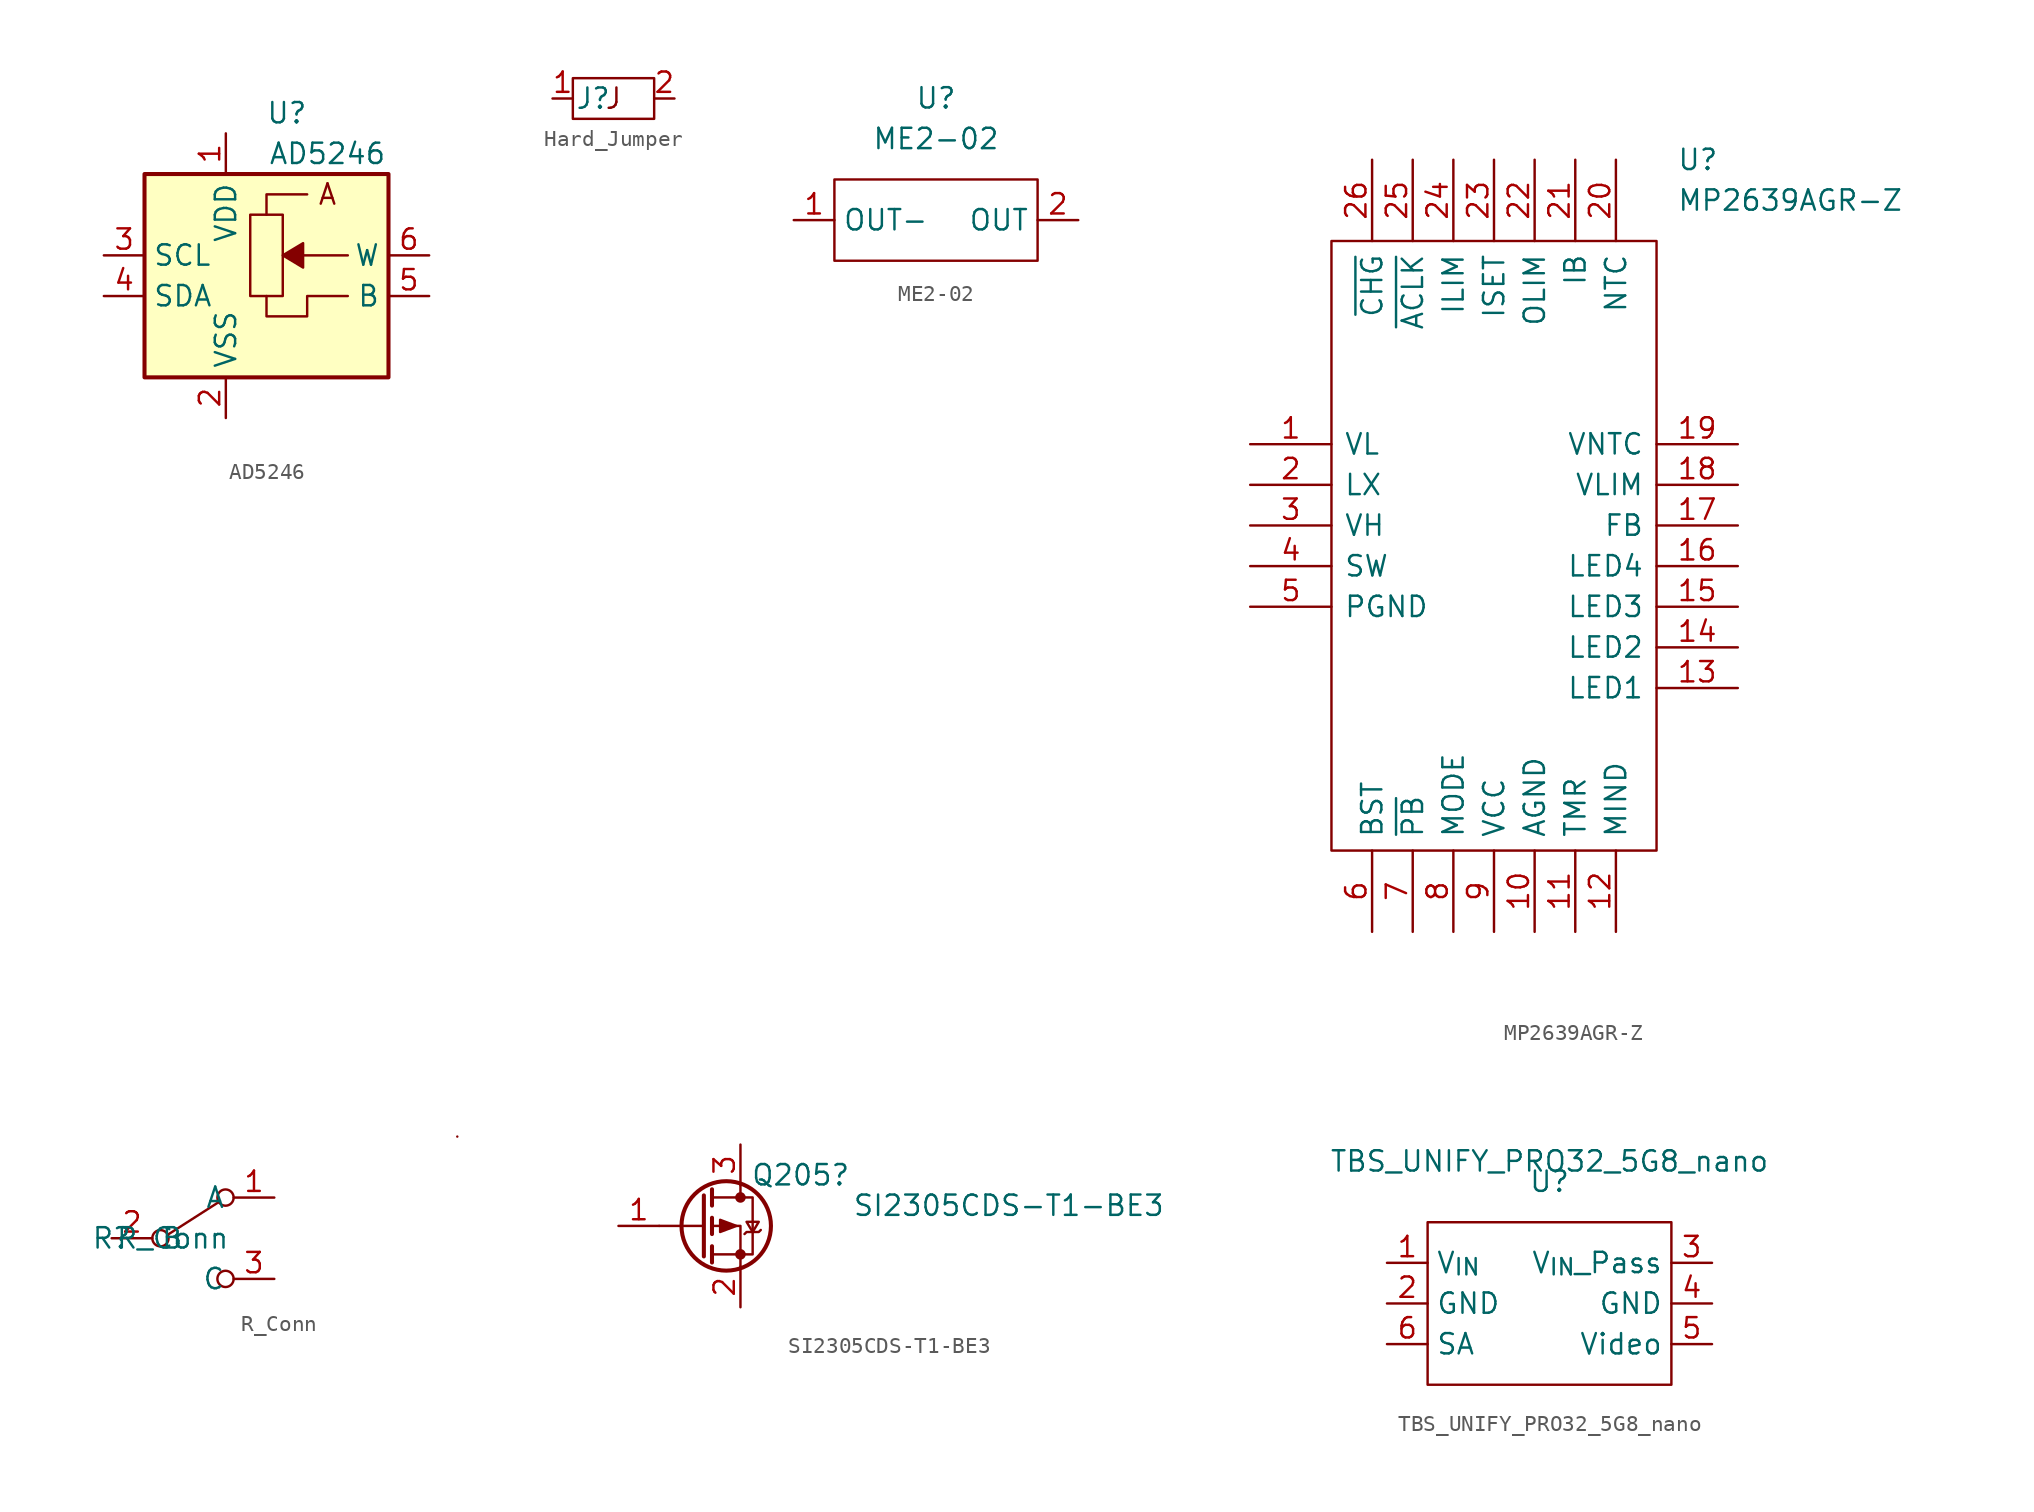
<source format=kicad_sym>
(kicad_symbol_lib
  (version 20211014)
  (generator kicad_symbol_editor)
  (symbol "AD5246"
    (property "Reference" "U"
      (at 1.27 10.16 0)
      (effects (font (size 1.27 1.27))))
    (property "Value" "AD5246"
      (at 3.81 7.62 0)
      (effects (font (size 1.27 1.27))))
    (symbol "AD5246_0_0"
      (polyline (pts (xy 0 3.81) (xy 0 5.08) (xy 2.54 5.08)) (stroke (width 0) (type default) (color 0 0 0 0)) (fill (type none)))
      (polyline (pts (xy 5.08 -1.27) (xy 2.54 -1.27) (xy 2.54 -2.54) (xy 0 -2.54) (xy 0 -1.27)) (stroke (width 0) (type default) (color 0 0 0 0)) (fill (type none)))
      (text "A" (at 3.81 5.08 0) (effects (font (size 1.27 1.27)))))
    (symbol "AD5246_1_1"
      (rectangle (start -7.62 6.35) (end 7.62 -6.35) (stroke (width 0.254) (type default) (color 0 0 0 0)) (fill (type background)))
      (polyline (pts (xy 5.08 1.27) (xy 2.286 1.27)) (stroke (width 0) (type default) (color 0 0 0 0)) (fill (type none)))
      (polyline (pts (xy 2.286 0.508) (xy 2.286 2.032) (xy 1.016 1.27) (xy 2.286 0.508)) (stroke (width 0) (type default) (color 0 0 0 0)) (fill (type outline)))
      (rectangle (start 1.016 -1.27) (end -1.016 3.81) (stroke (width 0) (type default) (color 0 0 0 0)) (fill (type none)))
      (pin power_in line (at -2.54 8.89 270) (length 2.54) (name "VDD" (effects (font (size 1.27 1.27)))) (number "1" (effects (font (size 1.27 1.27)))))
      (pin power_in line (at -2.54 -8.89 90) (length 2.54) (name "VSS" (effects (font (size 1.27 1.27)))) (number "2" (effects (font (size 1.27 1.27)))))
      (pin input line (at -10.16 1.27 0) (length 2.54) (name "SCL" (effects (font (size 1.27 1.27)))) (number "3" (effects (font (size 1.27 1.27)))))
      (pin bidirectional line (at -10.16 -1.27 0) (length 2.54) (name "SDA" (effects (font (size 1.27 1.27)))) (number "4" (effects (font (size 1.27 1.27)))))
      (pin passive line (at 10.16 -1.27 180) (length 2.54) (name "B" (effects (font (size 1.27 1.27)))) (number "5" (effects (font (size 1.27 1.27)))))
      (pin passive line (at 10.16 1.27 180) (length 2.54) (name "W" (effects (font (size 1.27 1.27)))) (number "6" (effects (font (size 1.27 1.27)))))))
  (symbol "Hard_Jumper"
    (property "Reference" "J"
      (at -1.27 0 0)
      (effects (font (size 1.27 1.27))))
    (symbol "Hard_Jumper_0_0"
      (text "J" (at 0 0 0) (effects (font (size 1.27 1.27)))))
    (symbol "Hard_Jumper_0_1"
      (rectangle (start -2.54 1.27) (end 2.54 -1.27) (stroke (width 0) (type default) (color 0 0 0 0)) (fill (type none))))
    (symbol "Hard_Jumper_1_1"
      (pin passive line (at -3.81 0 0) (length 1.27) (name "~" (effects (font (size 1.27 1.27)))) (number "1" (effects (font (size 1.27 1.27)))))
      (pin passive line (at 3.81 0 180) (length 1.27) (name "~" (effects (font (size 1.27 1.27)))) (number "2" (effects (font (size 1.27 1.27)))))))
  (symbol "ME2-02"
    (property "Reference" "U"
      (at 0 7.62 0)
      (effects (font (size 1.27 1.27))))
    (property "Value" "ME2-02"
      (at 0 5.08 0)
      (effects (font (size 1.27 1.27))))
    (symbol "ME2-02_0_1"
      (rectangle (start -6.35 2.54) (end 6.35 -2.54) (stroke (width 0) (type default) (color 0 0 0 0)) (fill (type none))))
    (symbol "ME2-02_1_1"
      (pin passive line (at -8.89 0 0) (length 2.54) (name "OUT-" (effects (font (size 1.27 1.27)))) (number "1" (effects (font (size 1.27 1.27)))))
      (pin output line (at 8.89 0 180) (length 2.54) (name "OUT" (effects (font (size 1.27 1.27)))) (number "2" (effects (font (size 1.27 1.27)))))
      (pin no_connect line (at 0 -2.54 90) (length 2.54) hide (name "3" (effects (font (size 1.27 1.27)))) (number "3" (effects (font (size 1.27 1.27)))))))
  (symbol "MP2639AGR-Z"
    (pin_names
      (offset 0.762))
    (property "Reference" "U"
      (at 26.67 17.78 0)
      (effects (font (size 1.27 1.27)) (justify left)))
    (property "Value" "MP2639AGR-Z"
      (at 26.67 15.24 0)
      (effects (font (size 1.27 1.27)) (justify left)))
    (symbol "MP2639AGR-Z_0_0"
      (pin passive line (at 0 0 0) (length 5.08) (name "VL" (effects (font (size 1.27 1.27)))) (number "1" (effects (font (size 1.27 1.27)))))
      (pin passive line (at 17.78 -30.48 90) (length 5.08) (name "AGND" (effects (font (size 1.27 1.27)))) (number "10" (effects (font (size 1.27 1.27)))))
      (pin passive line (at 20.32 -30.48 90) (length 5.08) (name "TMR" (effects (font (size 1.27 1.27)))) (number "11" (effects (font (size 1.27 1.27)))))
      (pin passive line (at 22.86 -30.48 90) (length 5.08) (name "MIND" (effects (font (size 1.27 1.27)))) (number "12" (effects (font (size 1.27 1.27)))))
      (pin passive line (at 30.48 -15.24 180) (length 5.08) (name "LED1" (effects (font (size 1.27 1.27)))) (number "13" (effects (font (size 1.27 1.27)))))
      (pin passive line (at 30.48 -12.7 180) (length 5.08) (name "LED2" (effects (font (size 1.27 1.27)))) (number "14" (effects (font (size 1.27 1.27)))))
      (pin passive line (at 30.48 -10.16 180) (length 5.08) (name "LED3" (effects (font (size 1.27 1.27)))) (number "15" (effects (font (size 1.27 1.27)))))
      (pin passive line (at 30.48 -7.62 180) (length 5.08) (name "LED4" (effects (font (size 1.27 1.27)))) (number "16" (effects (font (size 1.27 1.27)))))
      (pin passive line (at 30.48 -5.08 180) (length 5.08) (name "FB" (effects (font (size 1.27 1.27)))) (number "17" (effects (font (size 1.27 1.27)))))
      (pin passive line (at 30.48 -2.54 180) (length 5.08) (name "VLIM" (effects (font (size 1.27 1.27)))) (number "18" (effects (font (size 1.27 1.27)))))
      (pin passive line (at 30.48 0 180) (length 5.08) (name "VNTC" (effects (font (size 1.27 1.27)))) (number "19" (effects (font (size 1.27 1.27)))))
      (pin passive line (at 0 -2.54 0) (length 5.08) (name "LX" (effects (font (size 1.27 1.27)))) (number "2" (effects (font (size 1.27 1.27)))))
      (pin passive line (at 22.86 17.78 270) (length 5.08) (name "NTC" (effects (font (size 1.27 1.27)))) (number "20" (effects (font (size 1.27 1.27)))))
      (pin passive line (at 20.32 17.78 270) (length 5.08) (name "IB" (effects (font (size 1.27 1.27)))) (number "21" (effects (font (size 1.27 1.27)))))
      (pin passive line (at 17.78 17.78 270) (length 5.08) (name "OLIM" (effects (font (size 1.27 1.27)))) (number "22" (effects (font (size 1.27 1.27)))))
      (pin passive line (at 15.24 17.78 270) (length 5.08) (name "ISET" (effects (font (size 1.27 1.27)))) (number "23" (effects (font (size 1.27 1.27)))))
      (pin passive line (at 12.7 17.78 270) (length 5.08) (name "ILIM" (effects (font (size 1.27 1.27)))) (number "24" (effects (font (size 1.27 1.27)))))
      (pin passive line (at 10.16 17.78 270) (length 5.08) (name "~{ACLK}" (effects (font (size 1.27 1.27)))) (number "25" (effects (font (size 1.27 1.27)))))
      (pin passive line (at 7.62 17.78 270) (length 5.08) (name "~{CHG}" (effects (font (size 1.27 1.27)))) (number "26" (effects (font (size 1.27 1.27)))))
      (pin passive line (at 0 -5.08 0) (length 5.08) (name "VH" (effects (font (size 1.27 1.27)))) (number "3" (effects (font (size 1.27 1.27)))))
      (pin passive line (at 0 -7.62 0) (length 5.08) (name "SW" (effects (font (size 1.27 1.27)))) (number "4" (effects (font (size 1.27 1.27)))))
      (pin passive line (at 0 -10.16 0) (length 5.08) (name "PGND" (effects (font (size 1.27 1.27)))) (number "5" (effects (font (size 1.27 1.27)))))
      (pin passive line (at 7.62 -30.48 90) (length 5.08) (name "BST" (effects (font (size 1.27 1.27)))) (number "6" (effects (font (size 1.27 1.27)))))
      (pin passive line (at 10.16 -30.48 90) (length 5.08) (name "~{PB}" (effects (font (size 1.27 1.27)))) (number "7" (effects (font (size 1.27 1.27)))))
      (pin passive line (at 12.7 -30.48 90) (length 5.08) (name "MODE" (effects (font (size 1.27 1.27)))) (number "8" (effects (font (size 1.27 1.27)))))
      (pin passive line (at 15.24 -30.48 90) (length 5.08) (name "VCC" (effects (font (size 1.27 1.27)))) (number "9" (effects (font (size 1.27 1.27))))))
    (symbol "MP2639AGR-Z_0_1"
      (polyline (pts (xy 5.08 12.7) (xy 25.4 12.7) (xy 25.4 -25.4) (xy 5.08 -25.4) (xy 5.08 12.7)) (stroke (width 0.152) (type default) (color 0 0 0 0)) (fill (type none)))))
  (symbol "R_Conn"
    (property "Reference" "R"
      (at -5.08 0 0)
      (effects (font (size 1.27 1.27))))
    (property "Value" "R_Conn"
      (at -1.27 0 0)
      (effects (font (size 1.27 1.27))))
    (symbol "R_Conn_0_0"
      (circle (center -2.032 0) (radius 0.508) (stroke (width 0) (type default) (color 0 0 0 0)) (fill (type none)))
      (circle (center 2.032 -2.54) (radius 0.508) (stroke (width 0) (type default) (color 0 0 0 0)) (fill (type none))))
    (symbol "R_Conn_0_1"
      (polyline (pts (xy -1.524 0.254) (xy 1.651 2.286)) (stroke (width 0) (type default) (color 0 0 0 0)) (fill (type none)))
      (circle (center 2.032 2.54) (radius 0.508) (stroke (width 0) (type default) (color 0 0 0 0)) (fill (type none)))
      (arc (start 16.51 6.35) (mid 16.51 6.35) (end 16.51 6.35) (stroke (width 0) (type default) (color 0 0 0 0)) (fill (type none))))
    (symbol "R_Conn_1_1"
      (pin passive line (at 5.08 2.54 180) (length 2.54) (name "A" (effects (font (size 1.27 1.27)))) (number "1" (effects (font (size 1.27 1.27)))))
      (pin passive line (at -5.08 0 0) (length 2.54) (name "B" (effects (font (size 1.27 1.27)))) (number "2" (effects (font (size 1.27 1.27)))))
      (pin passive line (at 5.08 -2.54 180) (length 2.54) (name "C" (effects (font (size 1.27 1.27)))) (number "3" (effects (font (size 1.27 1.27)))))))
  (symbol "SI2305CDS-T1-BE3"
    (pin_names
      (offset 0) hide)
    (property "Reference" "Q205"
      (at 3.175 3.175 0)
      (effects (font (size 1.27 1.27)) (justify left)))
    (property "Value" "SI2305CDS-T1-BE3"
      (at 9.525 1.27 0)
      (effects (font (size 1.27 1.27)) (justify left)))
    (symbol "SI2305CDS-T1-BE3_0_1"
      (polyline (pts (xy 0.254 0) (xy -2.54 0)) (stroke (width 0) (type default) (color 0 0 0 0)) (fill (type none)))
      (polyline (pts (xy 0.254 1.905) (xy 0.254 -1.905)) (stroke (width 0.254) (type default) (color 0 0 0 0)) (fill (type none)))
      (polyline (pts (xy 0.762 -1.27) (xy 0.762 -2.286)) (stroke (width 0.254) (type default) (color 0 0 0 0)) (fill (type none)))
      (polyline (pts (xy 0.762 0.508) (xy 0.762 -0.508)) (stroke (width 0.254) (type default) (color 0 0 0 0)) (fill (type none)))
      (polyline (pts (xy 0.762 2.286) (xy 0.762 1.27)) (stroke (width 0.254) (type default) (color 0 0 0 0)) (fill (type none)))
      (polyline (pts (xy 2.54 2.54) (xy 2.54 1.778)) (stroke (width 0) (type default) (color 0 0 0 0)) (fill (type none)))
      (polyline (pts (xy 2.54 -2.54) (xy 2.54 0) (xy 0.762 0)) (stroke (width 0) (type default) (color 0 0 0 0)) (fill (type none)))
      (polyline (pts (xy 0.762 1.778) (xy 3.302 1.778) (xy 3.302 -1.778) (xy 0.762 -1.778)) (stroke (width 0) (type default) (color 0 0 0 0)) (fill (type none)))
      (polyline (pts (xy 2.286 0) (xy 1.27 0.381) (xy 1.27 -0.381) (xy 2.286 0)) (stroke (width 0) (type default) (color 0 0 0 0)) (fill (type outline)))
      (polyline (pts (xy 2.794 -0.508) (xy 2.921 -0.381) (xy 3.683 -0.381) (xy 3.81 -0.254)) (stroke (width 0) (type default) (color 0 0 0 0)) (fill (type none)))
      (polyline (pts (xy 3.302 -0.381) (xy 2.921 0.254) (xy 3.683 0.254) (xy 3.302 -0.381)) (stroke (width 0) (type default) (color 0 0 0 0)) (fill (type none)))
      (circle (center 1.651 0) (radius 2.794) (stroke (width 0.254) (type default) (color 0 0 0 0)) (fill (type none)))
      (circle (center 2.54 -1.778) (radius 0.254) (stroke (width 0) (type default) (color 0 0 0 0)) (fill (type outline)))
      (circle (center 2.54 1.778) (radius 0.254) (stroke (width 0) (type default) (color 0 0 0 0)) (fill (type outline))))
    (symbol "SI2305CDS-T1-BE3_1_1"
      (pin input line (at -5.08 0 0) (length 2.54) (name "G" (effects (font (size 1.27 1.27)))) (number "1" (effects (font (size 1.27 1.27)))))
      (pin passive line (at 2.54 -5.08 90) (length 2.54) (name "S" (effects (font (size 1.27 1.27)))) (number "2" (effects (font (size 1.27 1.27)))))
      (pin passive line (at 2.54 5.08 270) (length 2.54) (name "D" (effects (font (size 1.27 1.27)))) (number "3" (effects (font (size 1.27 1.27)))))))
  (symbol "TBS_UNIFY_PRO32_5G8_nano"
    (property "Reference" "U"
      (at 0 7.62 0)
      (effects (font (size 1.27 1.27))))
    (property "Value" "TBS_UNIFY_PRO32_5G8_nano"
      (at 0 8.89 0)
      (effects (font (size 1.27 1.27))))
    (symbol "TBS_UNIFY_PRO32_5G8_nano_0_1"
      (rectangle (start -7.62 5.08) (end 7.62 -5.08) (stroke (width 0) (type default) (color 0 0 0 0)) (fill (type none))))
    (symbol "TBS_UNIFY_PRO32_5G8_nano_1_1"
      (pin power_in line (at -10.16 2.54 0) (length 2.54) (name "V_{IN}" (effects (font (size 1.27 1.27)))) (number "1" (effects (font (size 1.27 1.27)))))
      (pin passive line (at -10.16 0 0) (length 2.54) (name "GND" (effects (font (size 1.27 1.27)))) (number "2" (effects (font (size 1.27 1.27)))))
      (pin power_out line (at 10.16 2.54 180) (length 2.54) (name "V_{IN}_Pass" (effects (font (size 1.27 1.27)))) (number "3" (effects (font (size 1.27 1.27)))))
      (pin passive line (at 10.16 0 180) (length 2.54) (name "GND" (effects (font (size 1.27 1.27)))) (number "4" (effects (font (size 1.27 1.27)))))
      (pin input line (at 10.16 -2.54 180) (length 2.54) (name "Video" (effects (font (size 1.27 1.27)))) (number "5" (effects (font (size 1.27 1.27)))))
      (pin bidirectional line (at -10.16 -2.54 0) (length 2.54) (name "SA" (effects (font (size 1.27 1.27)))) (number "6" (effects (font (size 1.27 1.27))))))))
</source>
